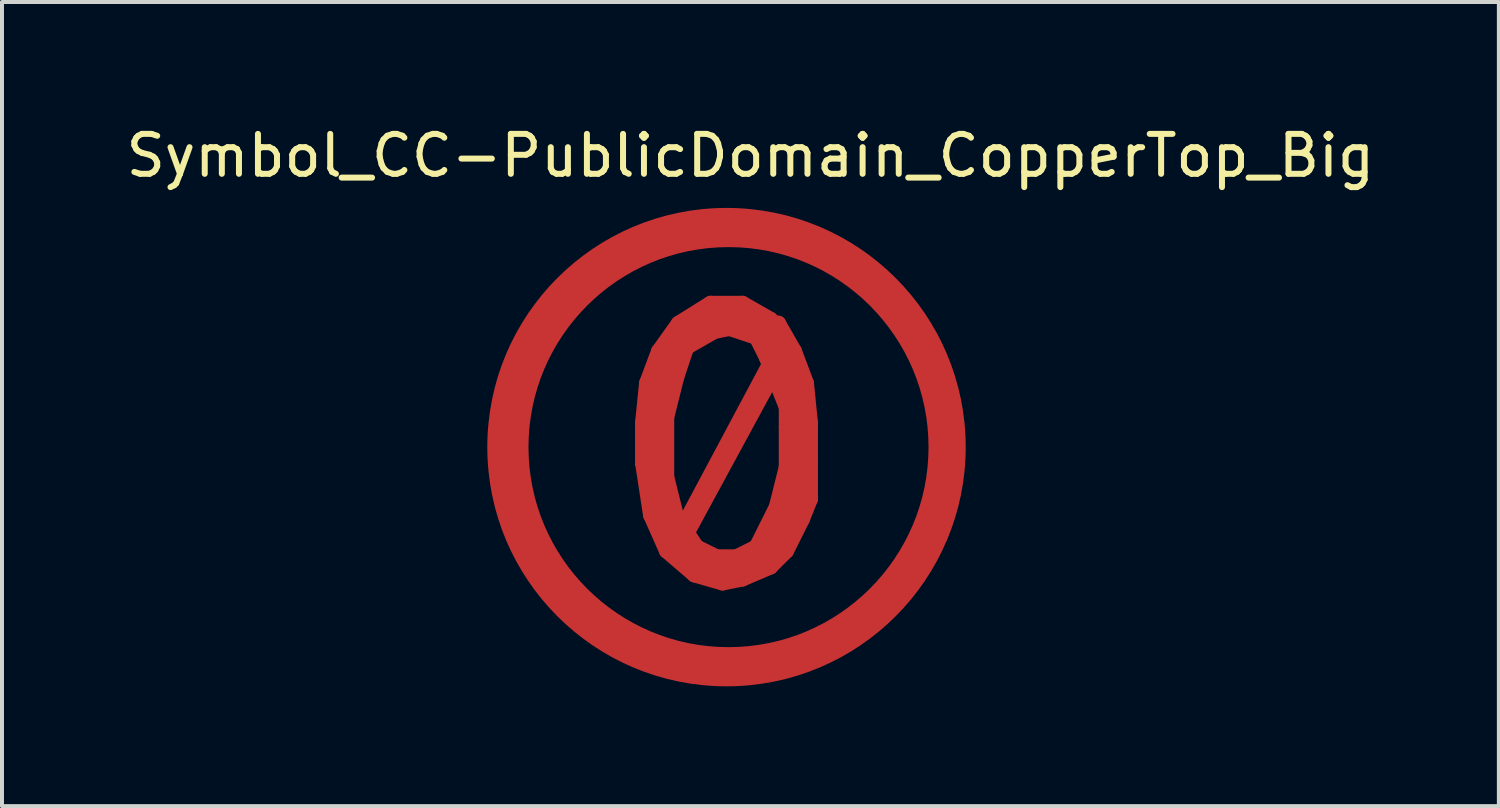
<source format=kicad_pcb>
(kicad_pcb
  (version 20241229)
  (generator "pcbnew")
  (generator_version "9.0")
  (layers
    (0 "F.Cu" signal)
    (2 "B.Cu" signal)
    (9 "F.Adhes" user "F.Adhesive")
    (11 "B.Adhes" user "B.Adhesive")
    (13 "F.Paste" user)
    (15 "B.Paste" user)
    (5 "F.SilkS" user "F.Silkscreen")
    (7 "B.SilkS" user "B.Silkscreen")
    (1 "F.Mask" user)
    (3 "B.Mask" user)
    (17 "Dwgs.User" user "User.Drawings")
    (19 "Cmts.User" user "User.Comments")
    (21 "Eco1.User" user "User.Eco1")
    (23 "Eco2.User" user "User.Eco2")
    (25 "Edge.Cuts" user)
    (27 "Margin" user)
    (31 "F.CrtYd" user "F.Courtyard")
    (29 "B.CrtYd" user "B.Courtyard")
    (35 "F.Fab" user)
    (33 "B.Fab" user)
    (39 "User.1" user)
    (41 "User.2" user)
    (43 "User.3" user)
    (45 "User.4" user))
  (footprint "Symbol_CC-PublicDomain_CopperTop_Big"
    (layer "F.Cu")
    (at 15.145 8.148)
    (property "Reference" "Symbol_CC-PublicDomain_CopperTop_Big" (at 0.599 -7.3 0) (layer "F.SilkS") (effects (font (size 1 1) (thickness 0.15))))
    (attr through_hole)
    (fp_line (start -2.1 -0.6) (end -2 -1.6) (stroke (width 0.381) (type solid)) (layer "F.Cu"))
    (fp_line (start -2.1 0.4) (end -2.1 -0.6) (stroke (width 0.381) (type solid)) (layer "F.Cu"))
    (fp_line (start -2 -1.6) (end -1.7 -2.4) (stroke (width 0.381) (type solid)) (layer "F.Cu"))
    (fp_line (start -1.9 0.6) (end -1.7 -1.9) (stroke (width 0.381) (type solid)) (layer "F.Cu"))
    (fp_line (start -1.9 1.7) (end -2.1 0.4) (stroke (width 0.381) (type solid)) (layer "F.Cu"))
    (fp_line (start -1.8 -0.7) (end -1.4 -2.2) (stroke (width 0.381) (type solid)) (layer "F.Cu"))
    (fp_line (start -1.8 1.2) (end -1.6 1.9) (stroke (width 0.381) (type solid)) (layer "F.Cu"))
    (fp_line (start -1.7 -2.4) (end -1.2 -3.1) (stroke (width 0.381) (type solid)) (layer "F.Cu"))
    (fp_line (start -1.7 1) (end -1.8 -0.7) (stroke (width 0.381) (type solid)) (layer "F.Cu"))
    (fp_line (start -1.6 1.9) (end -1.2 2.5) (stroke (width 0.381) (type solid)) (layer "F.Cu"))
    (fp_line (start -1.5 -0.75) (end -1.25 -1.75) (stroke (width 0.381) (type solid)) (layer "F.Cu"))
    (fp_line (start -1.5 0.75) (end -1.5 -0.75) (stroke (width 0.381) (type solid)) (layer "F.Cu"))
    (fp_line (start -1.5 2.6) (end -1.9 1.7) (stroke (width 0.381) (type solid)) (layer "F.Cu"))
    (fp_line (start -1.4 -2.2) (end -1 -2.9) (stroke (width 0.381) (type solid)) (layer "F.Cu"))
    (fp_line (start -1.3 2.3) (end -1.7 1) (stroke (width 0.381) (type solid)) (layer "F.Cu"))
    (fp_line (start -1.25 -1.75) (end -1 -2.5) (stroke (width 0.381) (type solid)) (layer "F.Cu"))
    (fp_line (start -1.25 1.75) (end -1.5 0.75) (stroke (width 0.381) (type solid)) (layer "F.Cu"))
    (fp_line (start -1.2 -3.1) (end -0.4 -3.6) (stroke (width 0.381) (type solid)) (layer "F.Cu"))
    (fp_line (start -1.15 2.45) (end -1.1 2.65) (stroke (width 0.381) (type solid)) (layer "F.Cu"))
    (fp_line (start -1.1 2.7) (end -1.9 0.6) (stroke (width 0.381) (type solid)) (layer "F.Cu"))
    (fp_line (start -1 -2.9) (end -0.2 -3.3) (stroke (width 0.381) (type solid)) (layer "F.Cu"))
    (fp_line (start -1 -2.5) (end -0.3 -2.9) (stroke (width 0.381) (type solid)) (layer "F.Cu"))
    (fp_line (start -0.8 3.2) (end -1.5 2.6) (stroke (width 0.381) (type solid)) (layer "F.Cu"))
    (fp_line (start -0.75 2.5) (end -1.25 1.75) (stroke (width 0.381) (type solid)) (layer "F.Cu"))
    (fp_line (start -0.5 3.2) (end -1.1 2.7) (stroke (width 0.381) (type solid)) (layer "F.Cu"))
    (fp_line (start -0.4 -3.6) (end 0.4 -3.6) (stroke (width 0.381) (type solid)) (layer "F.Cu"))
    (fp_line (start -0.4 3) (end -1.3 2.3) (stroke (width 0.381) (type solid)) (layer "F.Cu"))
    (fp_line (start -0.3 -2.9) (end 0.2 -3) (stroke (width 0.381) (type solid)) (layer "F.Cu"))
    (fp_line (start -0.25 2.75) (end -0.75 2.5) (stroke (width 0.381) (type solid)) (layer "F.Cu"))
    (fp_line (start -0.2 -3.3) (end 0.7 -3.2) (stroke (width 0.381) (type solid)) (layer "F.Cu"))
    (fp_line (start -0.1 3.4) (end -0.8 3.2) (stroke (width 0.381) (type solid)) (layer "F.Cu"))
    (fp_line (start 0 -3) (end 0.75 -2.75) (stroke (width 0.381) (type solid)) (layer "F.Cu"))
    (fp_line (start 0.2 -3) (end 0.8 -3) (stroke (width 0.381) (type solid)) (layer "F.Cu"))
    (fp_line (start 0.2 3.2) (end -0.5 3.2) (stroke (width 0.381) (type solid)) (layer "F.Cu"))
    (fp_line (start 0.25 2.75) (end -0.25 2.75) (stroke (width 0.381) (type solid)) (layer "F.Cu"))
    (fp_line (start 0.4 -3.6) (end 1.1 -3.2) (stroke (width 0.381) (type solid)) (layer "F.Cu"))
    (fp_line (start 0.4 3.3) (end -0.1 3.4) (stroke (width 0.381) (type solid)) (layer "F.Cu"))
    (fp_line (start 0.5 3) (end -0.4 3) (stroke (width 0.381) (type solid)) (layer "F.Cu"))
    (fp_line (start 0.7 -3.2) (end 1.3 -3.1) (stroke (width 0.381) (type solid)) (layer "F.Cu"))
    (fp_line (start 0.75 -2.75) (end 1 -2.25) (stroke (width 0.381) (type solid)) (layer "F.Cu"))
    (fp_line (start 0.75 2.5) (end 0.25 2.75) (stroke (width 0.381) (type solid)) (layer "F.Cu"))
    (fp_line (start 0.8 -3) (end 1.4 -2.3) (stroke (width 0.381) (type solid)) (layer "F.Cu"))
    (fp_line (start 1 -2.25) (end 1.5 -1) (stroke (width 0.381) (type solid)) (layer "F.Cu"))
    (fp_line (start 1 2.7) (end 0.5 3) (stroke (width 0.381) (type solid)) (layer "F.Cu"))
    (fp_line (start 1.1 -3.2) (end 1.1 -2.9) (stroke (width 0.381) (type solid)) (layer "F.Cu"))
    (fp_line (start 1.1 -2.9) (end 1.8 -1.5) (stroke (width 0.381) (type solid)) (layer "F.Cu"))
    (fp_line (start 1.1 -2.5) (end 1.4 -1.9) (stroke (width 0.381) (type solid)) (layer "F.Cu"))
    (fp_line (start 1.1 3) (end 0.4 3.3) (stroke (width 0.381) (type solid)) (layer "F.Cu"))
    (fp_line (start 1.2 2.6) (end 0.2 3.2) (stroke (width 0.381) (type solid)) (layer "F.Cu"))
    (fp_line (start 1.25 -2.4) (end -1.15 2.1) (stroke (width 0.381) (type solid)) (layer "F.Cu"))
    (fp_line (start 1.25 1.5) (end 0.75 2.5) (stroke (width 0.381) (type solid)) (layer "F.Cu"))
    (fp_line (start 1.3 -3.1) (end 1.7 -2.4) (stroke (width 0.381) (type solid)) (layer "F.Cu"))
    (fp_line (start 1.4 -2.3) (end 1.6 -1.4) (stroke (width 0.381) (type solid)) (layer "F.Cu"))
    (fp_line (start 1.4 -2.25) (end -1.15 2.45) (stroke (width 0.381) (type solid)) (layer "F.Cu"))
    (fp_line (start 1.4 1.8) (end 1 2.7) (stroke (width 0.381) (type solid)) (layer "F.Cu"))
    (fp_line (start 1.5 -1) (end 1.5 -0.5) (stroke (width 0.381) (type solid)) (layer "F.Cu"))
    (fp_line (start 1.5 -0.5) (end 1.5 0.5) (stroke (width 0.381) (type solid)) (layer "F.Cu"))
    (fp_line (start 1.5 0.5) (end 1.25 1.5) (stroke (width 0.381) (type solid)) (layer "F.Cu"))
    (fp_line (start 1.5 2.6) (end 1.1 3) (stroke (width 0.381) (type solid)) (layer "F.Cu"))
    (fp_line (start 1.6 -1.4) (end 1.7 -0.3) (stroke (width 0.381) (type solid)) (layer "F.Cu"))
    (fp_line (start 1.7 -2.4) (end 2 -1.6) (stroke (width 0.381) (type solid)) (layer "F.Cu"))
    (fp_line (start 1.7 -0.3) (end 1.7 0.9) (stroke (width 0.381) (type solid)) (layer "F.Cu"))
    (fp_line (start 1.7 0.9) (end 1.4 1.8) (stroke (width 0.381) (type solid)) (layer "F.Cu"))
    (fp_line (start 1.8 -1.5) (end 1.8 -0.4) (stroke (width 0.381) (type solid)) (layer "F.Cu"))
    (fp_line (start 1.8 -0.4) (end 1.8 1.1) (stroke (width 0.381) (type solid)) (layer "F.Cu"))
    (fp_line (start 1.8 1.1) (end 1.2 2.6) (stroke (width 0.381) (type solid)) (layer "F.Cu"))
    (fp_line (start 1.9 1.8) (end 1.5 2.6) (stroke (width 0.381) (type solid)) (layer "F.Cu"))
    (fp_line (start 2 -1.6) (end 2.1 -0.6) (stroke (width 0.381) (type solid)) (layer "F.Cu"))
    (fp_line (start 2.1 -0.6) (end 2.1 0.3) (stroke (width 0.381) (type solid)) (layer "F.Cu"))
    (fp_line (start 2.1 0.3) (end 2.1 1.3) (stroke (width 0.381) (type solid)) (layer "F.Cu"))
    (fp_line (start 2.1 1.3) (end 1.9 1.8) (stroke (width 0.381) (type solid)) (layer "F.Cu"))
    (fp_circle (center 0 0) (end 5.5 0) (stroke (width 0.381) (type solid)) (fill no) (layer "F.Cu"))
    (fp_circle (center 0 0) (end 5.8 -0.05) (stroke (width 0.381) (type solid)) (fill no) (layer "F.Cu"))
    (fp_circle (center 0.05 0) (end 5.25 0) (stroke (width 0.381) (type solid)) (fill no) (layer "F.Cu")))
  (gr_rect
    (start -3 -3)
    (end 34.488 17.139)
    (stroke (width 0.1) (type default))
    (fill no)
    (layer "Edge.Cuts")))
</source>
